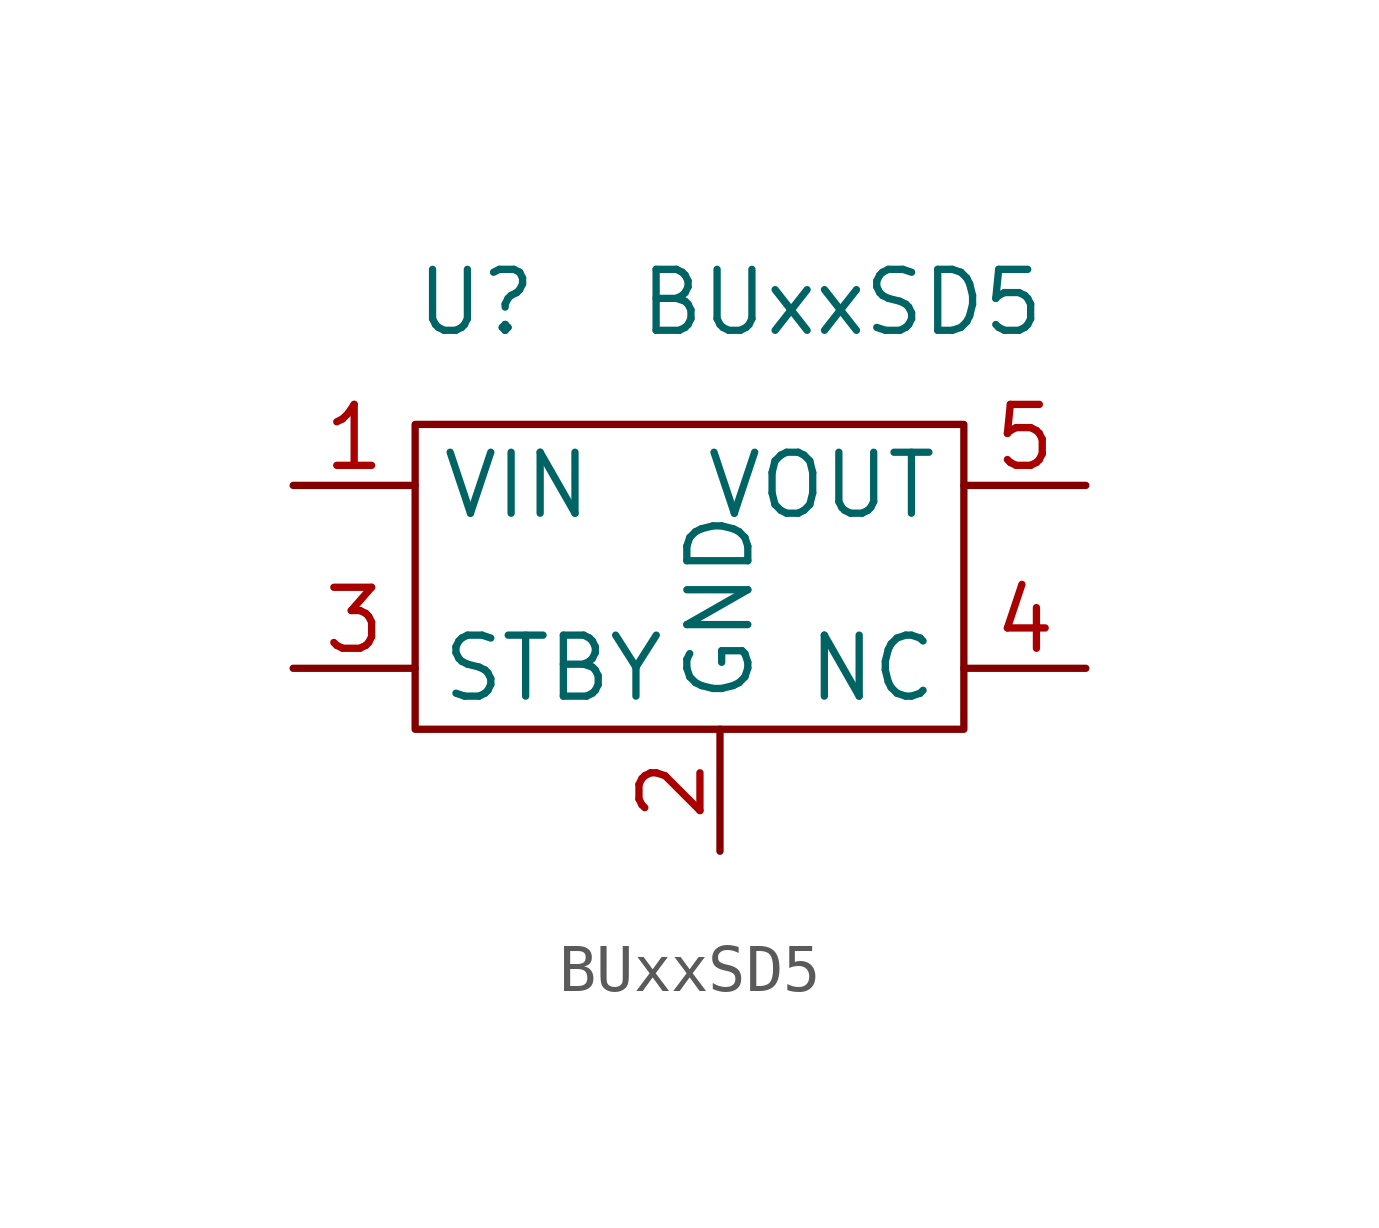
<source format=kicad_sym>
(kicad_symbol_lib
  (version 20220914)
  (generator kicad_symbol_editor)
  (symbol "BUxxSD5"
    (property "Reference" "U"
      (at -1.27 6.35 0)
      (effects (font (size 1.27 1.27))))
    (property "Value" "BUxxSD5"
      (at 6.35 6.35 0)
      (effects (font (size 1.27 1.27))))
    (symbol "BUxxSD5_0_1"
      (rectangle (start -2.54 3.81) (end 8.89 -2.54) (stroke (width 0) (type default)) (fill (type none))))
    (symbol "BUxxSD5_1_1"
      (pin power_in line (at -5.08 2.54 0) (length 2.54) (name "VIN" (effects (font (size 1.27 1.27)))) (number "1" (effects (font (size 1.27 1.27)))))
      (pin input line (at 3.81 -5.08 90) (length 2.54) (name "GND" (effects (font (size 1.27 1.27)))) (number "2" (effects (font (size 1.27 1.27)))))
      (pin input line (at -5.08 -1.27 0) (length 2.54) (name "STBY" (effects (font (size 1.27 1.27)))) (number "3" (effects (font (size 1.27 1.27)))))
      (pin input line (at 11.43 -1.27 180) (length 2.54) (name "NC" (effects (font (size 1.27 1.27)))) (number "4" (effects (font (size 1.27 1.27)))))
      (pin power_out line (at 11.43 2.54 180) (length 2.54) (name "VOUT" (effects (font (size 1.27 1.27)))) (number "5" (effects (font (size 1.27 1.27))))))))
</source>
